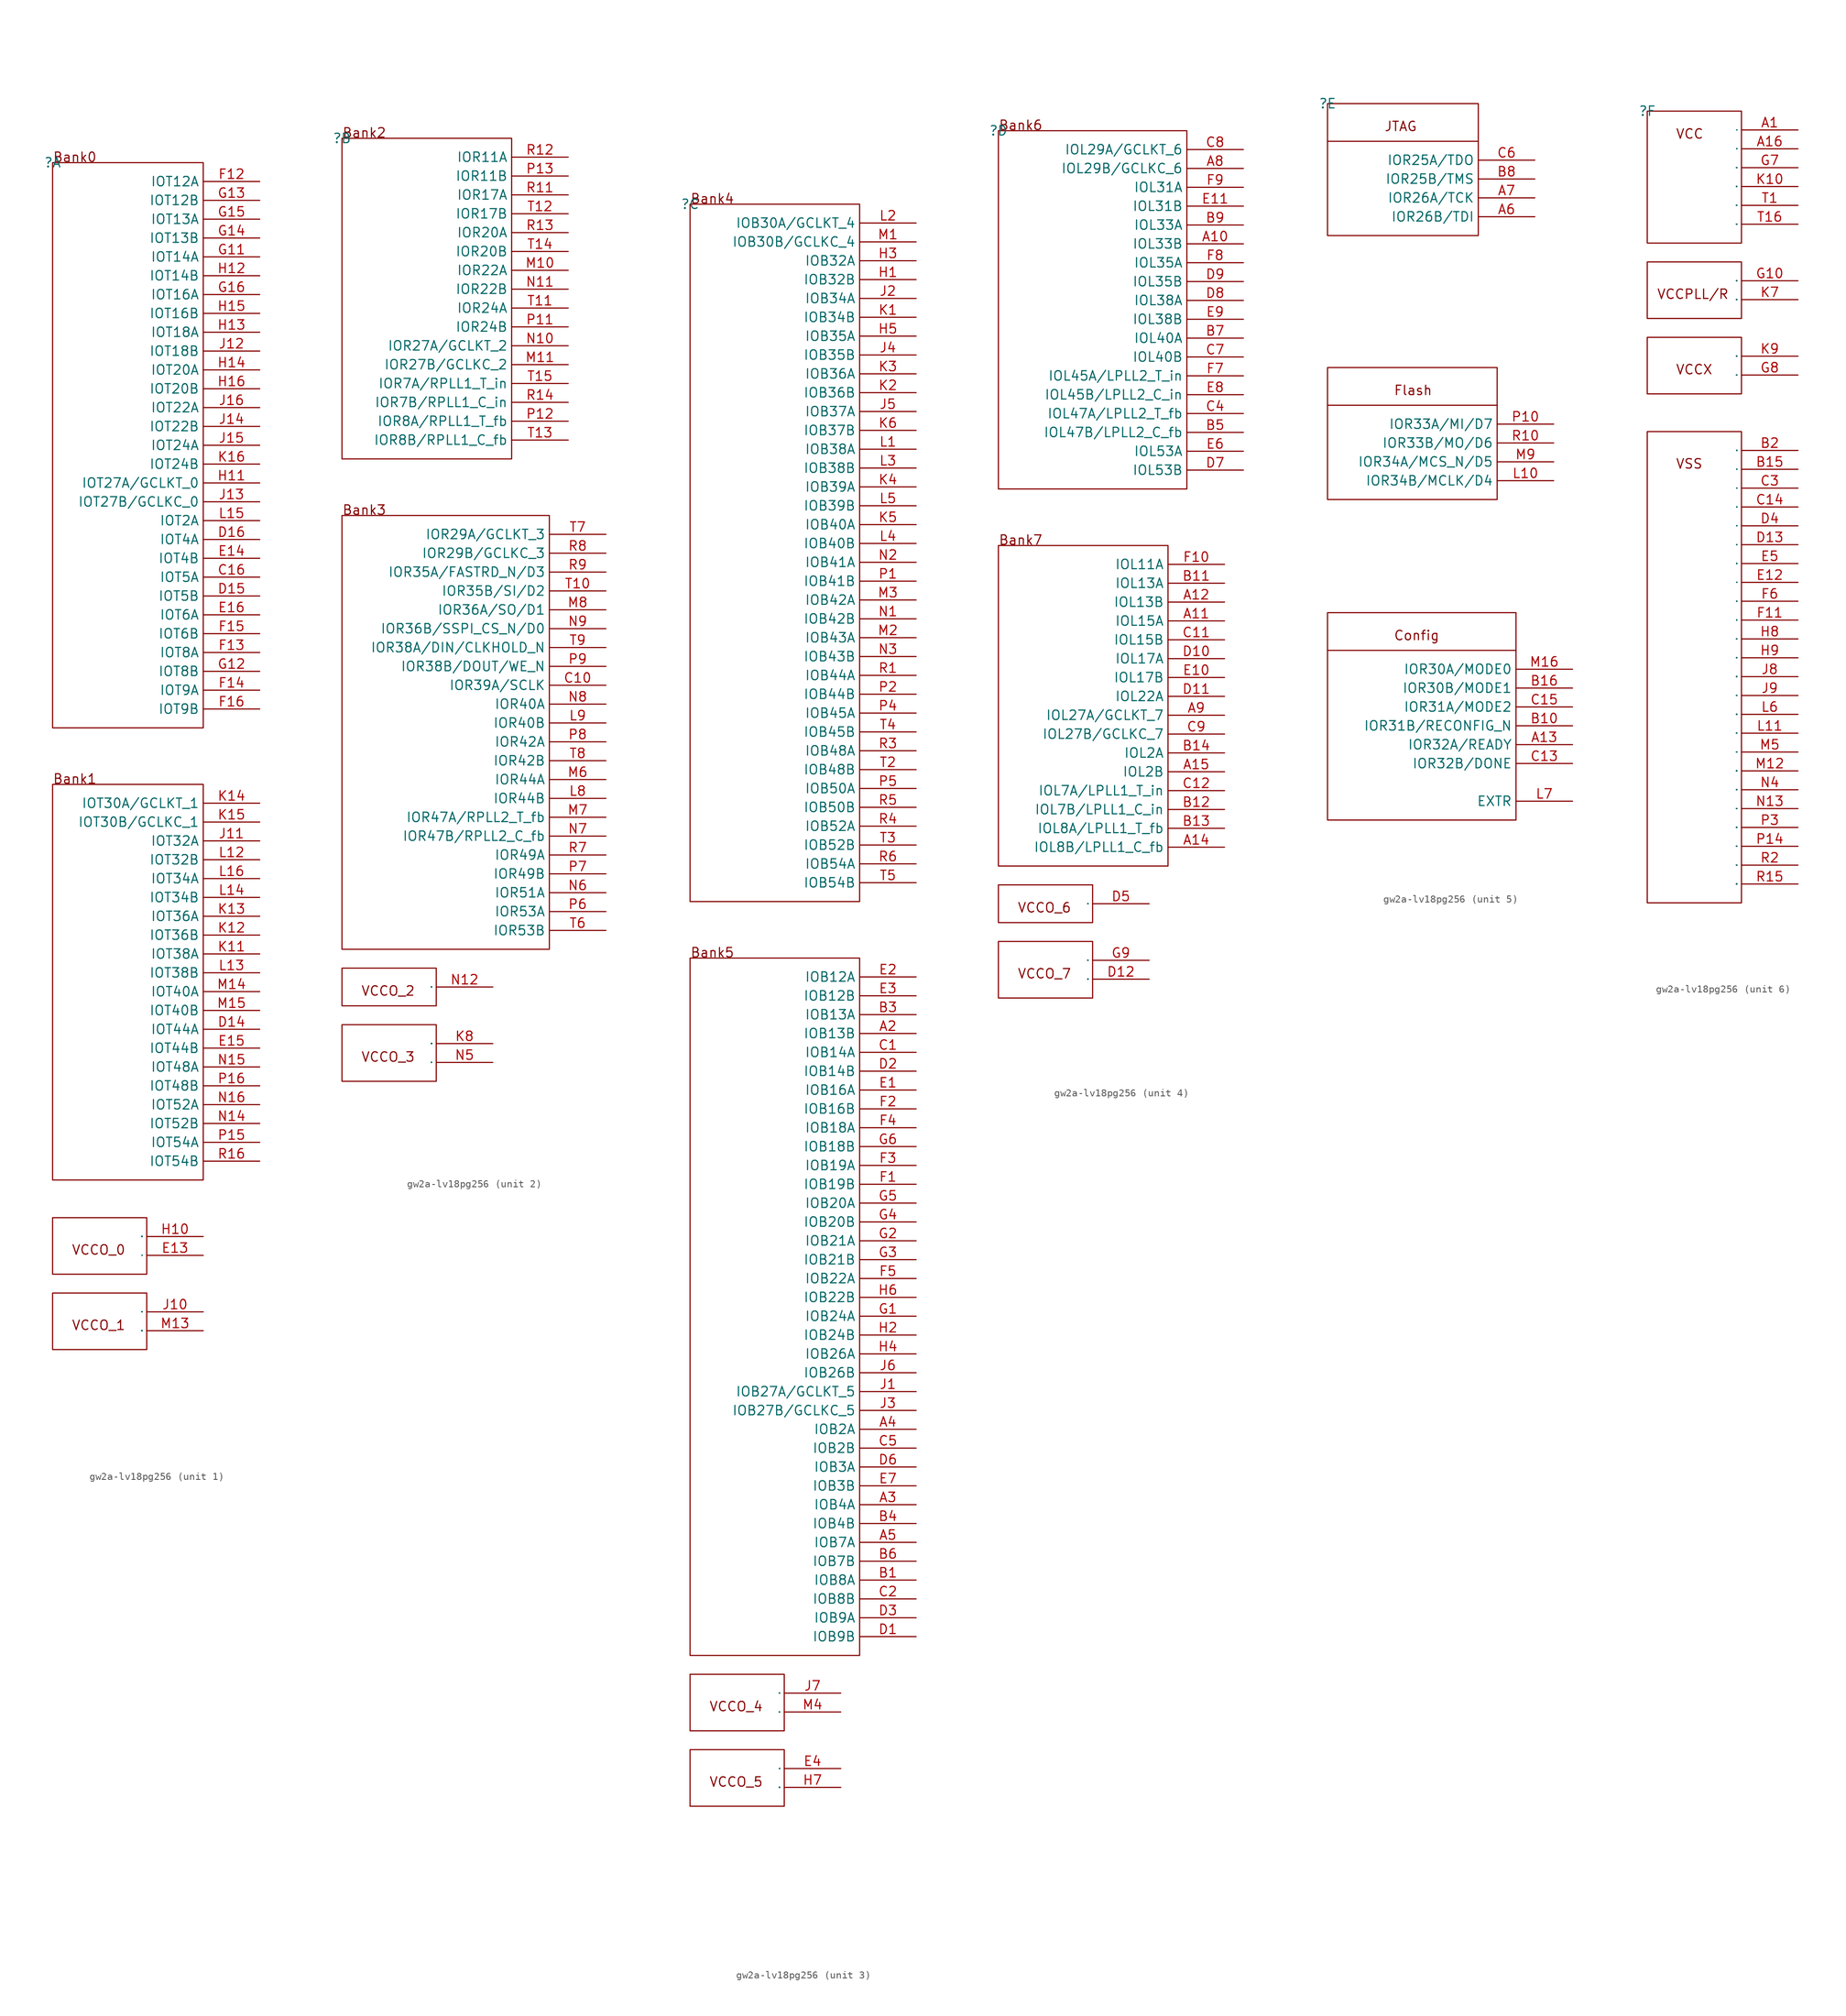
<source format=kicad_sym>
(kicad_symbol_lib
  (version 20241209)
  (generator "kicad_symbol_editor")
  (generator_version "9.0")
  (symbol "gw2a-lv18pg256"
    (property "Reference" ""
      (at 0 0 0)
      (effects (font (size 1.27 1.27))))
    (property "Value" ""
      (at 0 0 0)
      (effects (font (size 1.27 1.27))))
    (symbol "gw2a-lv18pg256_1_0"
      (rectangle (start 0 0) (end 20.32 -76.2) (stroke (width 0) (type default)) (fill (type none)))
      (rectangle (start 0 -83.82) (end 20.32 -137.16) (stroke (width 0) (type default)) (fill (type none)))
      (rectangle (start 0 -142.24) (end 12.7 -149.86) (stroke (width 0) (type default)) (fill (type none)))
      (rectangle (start 0 -152.4) (end 12.7 -160.02) (stroke (width 0) (type default)) (fill (type none)))
      (text "Bank0" (at 0 0 0) (effects (font (size 1.27 1.27)) (justify left bottom)))
      (text "Bank1" (at 0 -83.82 0) (effects (font (size 1.27 1.27)) (justify left bottom)))
      (text "VCCO_0" (at 2.54 -147.32 0) (effects (font (size 1.27 1.27)) (justify left bottom)))
      (text "VCCO_1" (at 2.54 -157.48 0) (effects (font (size 1.27 1.27)) (justify left bottom)))
      (pin input line (at 20.32 -144.78 180) (length 7.62) (name "122" (effects (font (size 0.025 0.025)))) (number "H10" (effects (font (size 1.27 1.27)))))
      (pin input line (at 20.32 -147.32 180) (length 7.62) (name "77" (effects (font (size 0.025 0.025)))) (number "E13" (effects (font (size 1.27 1.27)))))
      (pin input line (at 20.32 -154.94 180) (length 7.62) (name "138" (effects (font (size 0.025 0.025)))) (number "J10" (effects (font (size 1.27 1.27)))))
      (pin input line (at 20.32 -157.48 180) (length 7.62) (name "189" (effects (font (size 0.025 0.025)))) (number "M13" (effects (font (size 1.27 1.27)))))
      (pin input line (at 27.94 -2.54 180) (length 7.62) (name "IOT12A" (effects (font (size 1.27 1.27)))) (number "F12" (effects (font (size 1.27 1.27)))))
      (pin input line (at 27.94 -5.08 180) (length 7.62) (name "IOT12B" (effects (font (size 1.27 1.27)))) (number "G13" (effects (font (size 1.27 1.27)))))
      (pin input line (at 27.94 -7.62 180) (length 7.62) (name "IOT13A" (effects (font (size 1.27 1.27)))) (number "G15" (effects (font (size 1.27 1.27)))))
      (pin input line (at 27.94 -10.16 180) (length 7.62) (name "IOT13B" (effects (font (size 1.27 1.27)))) (number "G14" (effects (font (size 1.27 1.27)))))
      (pin input line (at 27.94 -12.7 180) (length 7.62) (name "IOT14A" (effects (font (size 1.27 1.27)))) (number "G11" (effects (font (size 1.27 1.27)))))
      (pin input line (at 27.94 -15.24 180) (length 7.62) (name "IOT14B" (effects (font (size 1.27 1.27)))) (number "H12" (effects (font (size 1.27 1.27)))))
      (pin input line (at 27.94 -17.78 180) (length 7.62) (name "IOT16A" (effects (font (size 1.27 1.27)))) (number "G16" (effects (font (size 1.27 1.27)))))
      (pin input line (at 27.94 -20.32 180) (length 7.62) (name "IOT16B" (effects (font (size 1.27 1.27)))) (number "H15" (effects (font (size 1.27 1.27)))))
      (pin input line (at 27.94 -22.86 180) (length 7.62) (name "IOT18A" (effects (font (size 1.27 1.27)))) (number "H13" (effects (font (size 1.27 1.27)))))
      (pin input line (at 27.94 -25.4 180) (length 7.62) (name "IOT18B" (effects (font (size 1.27 1.27)))) (number "J12" (effects (font (size 1.27 1.27)))))
      (pin input line (at 27.94 -27.94 180) (length 7.62) (name "IOT20A" (effects (font (size 1.27 1.27)))) (number "H14" (effects (font (size 1.27 1.27)))))
      (pin input line (at 27.94 -30.48 180) (length 7.62) (name "IOT20B" (effects (font (size 1.27 1.27)))) (number "H16" (effects (font (size 1.27 1.27)))))
      (pin input line (at 27.94 -33.02 180) (length 7.62) (name "IOT22A" (effects (font (size 1.27 1.27)))) (number "J16" (effects (font (size 1.27 1.27)))))
      (pin input line (at 27.94 -35.56 180) (length 7.62) (name "IOT22B" (effects (font (size 1.27 1.27)))) (number "J14" (effects (font (size 1.27 1.27)))))
      (pin input line (at 27.94 -38.1 180) (length 7.62) (name "IOT24A" (effects (font (size 1.27 1.27)))) (number "J15" (effects (font (size 1.27 1.27)))))
      (pin input line (at 27.94 -40.64 180) (length 7.62) (name "IOT24B" (effects (font (size 1.27 1.27)))) (number "K16" (effects (font (size 1.27 1.27)))))
      (pin input line (at 27.94 -43.18 180) (length 7.62) (name "IOT27A/GCLKT_0" (effects (font (size 1.27 1.27)))) (number "H11" (effects (font (size 1.27 1.27)))))
      (pin input line (at 27.94 -45.72 180) (length 7.62) (name "IOT27B/GCLKC_0" (effects (font (size 1.27 1.27)))) (number "J13" (effects (font (size 1.27 1.27)))))
      (pin input line (at 27.94 -48.26 180) (length 7.62) (name "IOT2A" (effects (font (size 1.27 1.27)))) (number "L15" (effects (font (size 1.27 1.27)))))
      (pin input line (at 27.94 -50.8 180) (length 7.62) (name "IOT4A" (effects (font (size 1.27 1.27)))) (number "D16" (effects (font (size 1.27 1.27)))))
      (pin input line (at 27.94 -53.34 180) (length 7.62) (name "IOT4B" (effects (font (size 1.27 1.27)))) (number "E14" (effects (font (size 1.27 1.27)))))
      (pin input line (at 27.94 -55.88 180) (length 7.62) (name "IOT5A" (effects (font (size 1.27 1.27)))) (number "C16" (effects (font (size 1.27 1.27)))))
      (pin input line (at 27.94 -58.42 180) (length 7.62) (name "IOT5B" (effects (font (size 1.27 1.27)))) (number "D15" (effects (font (size 1.27 1.27)))))
      (pin input line (at 27.94 -60.96 180) (length 7.62) (name "IOT6A" (effects (font (size 1.27 1.27)))) (number "E16" (effects (font (size 1.27 1.27)))))
      (pin input line (at 27.94 -63.5 180) (length 7.62) (name "IOT6B" (effects (font (size 1.27 1.27)))) (number "F15" (effects (font (size 1.27 1.27)))))
      (pin input line (at 27.94 -66.04 180) (length 7.62) (name "IOT8A" (effects (font (size 1.27 1.27)))) (number "F13" (effects (font (size 1.27 1.27)))))
      (pin input line (at 27.94 -68.58 180) (length 7.62) (name "IOT8B" (effects (font (size 1.27 1.27)))) (number "G12" (effects (font (size 1.27 1.27)))))
      (pin input line (at 27.94 -71.12 180) (length 7.62) (name "IOT9A" (effects (font (size 1.27 1.27)))) (number "F14" (effects (font (size 1.27 1.27)))))
      (pin input line (at 27.94 -73.66 180) (length 7.62) (name "IOT9B" (effects (font (size 1.27 1.27)))) (number "F16" (effects (font (size 1.27 1.27)))))
      (pin input line (at 27.94 -86.36 180) (length 7.62) (name "IOT30A/GCLKT_1" (effects (font (size 1.27 1.27)))) (number "K14" (effects (font (size 1.27 1.27)))))
      (pin input line (at 27.94 -88.9 180) (length 7.62) (name "IOT30B/GCLKC_1" (effects (font (size 1.27 1.27)))) (number "K15" (effects (font (size 1.27 1.27)))))
      (pin input line (at 27.94 -91.44 180) (length 7.62) (name "IOT32A" (effects (font (size 1.27 1.27)))) (number "J11" (effects (font (size 1.27 1.27)))))
      (pin input line (at 27.94 -93.98 180) (length 7.62) (name "IOT32B" (effects (font (size 1.27 1.27)))) (number "L12" (effects (font (size 1.27 1.27)))))
      (pin input line (at 27.94 -96.52 180) (length 7.62) (name "IOT34A" (effects (font (size 1.27 1.27)))) (number "L16" (effects (font (size 1.27 1.27)))))
      (pin input line (at 27.94 -99.06 180) (length 7.62) (name "IOT34B" (effects (font (size 1.27 1.27)))) (number "L14" (effects (font (size 1.27 1.27)))))
      (pin input line (at 27.94 -101.6 180) (length 7.62) (name "IOT36A" (effects (font (size 1.27 1.27)))) (number "K13" (effects (font (size 1.27 1.27)))))
      (pin input line (at 27.94 -104.14 180) (length 7.62) (name "IOT36B" (effects (font (size 1.27 1.27)))) (number "K12" (effects (font (size 1.27 1.27)))))
      (pin input line (at 27.94 -106.68 180) (length 7.62) (name "IOT38A" (effects (font (size 1.27 1.27)))) (number "K11" (effects (font (size 1.27 1.27)))))
      (pin input line (at 27.94 -109.22 180) (length 7.62) (name "IOT38B" (effects (font (size 1.27 1.27)))) (number "L13" (effects (font (size 1.27 1.27)))))
      (pin input line (at 27.94 -111.76 180) (length 7.62) (name "IOT40A" (effects (font (size 1.27 1.27)))) (number "M14" (effects (font (size 1.27 1.27)))))
      (pin input line (at 27.94 -114.3 180) (length 7.62) (name "IOT40B" (effects (font (size 1.27 1.27)))) (number "M15" (effects (font (size 1.27 1.27)))))
      (pin input line (at 27.94 -116.84 180) (length 7.62) (name "IOT44A" (effects (font (size 1.27 1.27)))) (number "D14" (effects (font (size 1.27 1.27)))))
      (pin input line (at 27.94 -119.38 180) (length 7.62) (name "IOT44B" (effects (font (size 1.27 1.27)))) (number "E15" (effects (font (size 1.27 1.27)))))
      (pin input line (at 27.94 -121.92 180) (length 7.62) (name "IOT48A" (effects (font (size 1.27 1.27)))) (number "N15" (effects (font (size 1.27 1.27)))))
      (pin input line (at 27.94 -124.46 180) (length 7.62) (name "IOT48B" (effects (font (size 1.27 1.27)))) (number "P16" (effects (font (size 1.27 1.27)))))
      (pin input line (at 27.94 -127 180) (length 7.62) (name "IOT52A" (effects (font (size 1.27 1.27)))) (number "N16" (effects (font (size 1.27 1.27)))))
      (pin input line (at 27.94 -129.54 180) (length 7.62) (name "IOT52B" (effects (font (size 1.27 1.27)))) (number "N14" (effects (font (size 1.27 1.27)))))
      (pin input line (at 27.94 -132.08 180) (length 7.62) (name "IOT54A" (effects (font (size 1.27 1.27)))) (number "P15" (effects (font (size 1.27 1.27)))))
      (pin input line (at 27.94 -134.62 180) (length 7.62) (name "IOT54B" (effects (font (size 1.27 1.27)))) (number "R16" (effects (font (size 1.27 1.27))))))
    (symbol "gw2a-lv18pg256_2_0"
      (rectangle (start 0 0) (end 22.86 -43.18) (stroke (width 0) (type default)) (fill (type none)))
      (rectangle (start 0 -50.8) (end 27.94 -109.22) (stroke (width 0) (type default)) (fill (type none)))
      (rectangle (start 0 -111.76) (end 12.7 -116.84) (stroke (width 0) (type default)) (fill (type none)))
      (rectangle (start 0 -119.38) (end 12.7 -127) (stroke (width 0) (type default)) (fill (type none)))
      (text "Bank2" (at 0 0 0) (effects (font (size 1.27 1.27)) (justify left bottom)))
      (text "Bank3" (at 0 -50.8 0) (effects (font (size 1.27 1.27)) (justify left bottom)))
      (text "VCCO_2" (at 2.54 -115.57 0) (effects (font (size 1.27 1.27)) (justify left bottom)))
      (text "VCCO_3" (at 2.54 -124.46 0) (effects (font (size 1.27 1.27)) (justify left bottom)))
      (pin input line (at 20.32 -114.3 180) (length 7.62) (name "204" (effects (font (size 0.025 0.025)))) (number "N12" (effects (font (size 1.27 1.27)))))
      (pin input line (at 20.32 -121.92 180) (length 7.62) (name "152" (effects (font (size 0.025 0.025)))) (number "K8" (effects (font (size 1.27 1.27)))))
      (pin input line (at 20.32 -124.46 180) (length 7.62) (name "197" (effects (font (size 0.025 0.025)))) (number "N5" (effects (font (size 1.27 1.27)))))
      (pin input line (at 30.48 -2.54 180) (length 7.62) (name "IOR11A" (effects (font (size 1.27 1.27)))) (number "R12" (effects (font (size 1.27 1.27)))))
      (pin input line (at 30.48 -5.08 180) (length 7.62) (name "IOR11B" (effects (font (size 1.27 1.27)))) (number "P13" (effects (font (size 1.27 1.27)))))
      (pin input line (at 30.48 -7.62 180) (length 7.62) (name "IOR17A" (effects (font (size 1.27 1.27)))) (number "R11" (effects (font (size 1.27 1.27)))))
      (pin input line (at 30.48 -10.16 180) (length 7.62) (name "IOR17B" (effects (font (size 1.27 1.27)))) (number "T12" (effects (font (size 1.27 1.27)))))
      (pin input line (at 30.48 -12.7 180) (length 7.62) (name "IOR20A" (effects (font (size 1.27 1.27)))) (number "R13" (effects (font (size 1.27 1.27)))))
      (pin input line (at 30.48 -15.24 180) (length 7.62) (name "IOR20B" (effects (font (size 1.27 1.27)))) (number "T14" (effects (font (size 1.27 1.27)))))
      (pin input line (at 30.48 -17.78 180) (length 7.62) (name "IOR22A" (effects (font (size 1.27 1.27)))) (number "M10" (effects (font (size 1.27 1.27)))))
      (pin input line (at 30.48 -20.32 180) (length 7.62) (name "IOR22B" (effects (font (size 1.27 1.27)))) (number "N11" (effects (font (size 1.27 1.27)))))
      (pin input line (at 30.48 -22.86 180) (length 7.62) (name "IOR24A" (effects (font (size 1.27 1.27)))) (number "T11" (effects (font (size 1.27 1.27)))))
      (pin input line (at 30.48 -25.4 180) (length 7.62) (name "IOR24B" (effects (font (size 1.27 1.27)))) (number "P11" (effects (font (size 1.27 1.27)))))
      (pin input line (at 30.48 -27.94 180) (length 7.62) (name "IOR27A/GCLKT_2" (effects (font (size 1.27 1.27)))) (number "N10" (effects (font (size 1.27 1.27)))))
      (pin input line (at 30.48 -30.48 180) (length 7.62) (name "IOR27B/GCLKC_2" (effects (font (size 1.27 1.27)))) (number "M11" (effects (font (size 1.27 1.27)))))
      (pin input line (at 30.48 -33.02 180) (length 7.62) (name "IOR7A/RPLL1_T_in" (effects (font (size 1.27 1.27)))) (number "T15" (effects (font (size 1.27 1.27)))))
      (pin input line (at 30.48 -35.56 180) (length 7.62) (name "IOR7B/RPLL1_C_in" (effects (font (size 1.27 1.27)))) (number "R14" (effects (font (size 1.27 1.27)))))
      (pin input line (at 30.48 -38.1 180) (length 7.62) (name "IOR8A/RPLL1_T_fb" (effects (font (size 1.27 1.27)))) (number "P12" (effects (font (size 1.27 1.27)))))
      (pin input line (at 30.48 -40.64 180) (length 7.62) (name "IOR8B/RPLL1_C_fb" (effects (font (size 1.27 1.27)))) (number "T13" (effects (font (size 1.27 1.27)))))
      (pin input line (at 35.56 -53.34 180) (length 7.62) (name "IOR29A/GCLKT_3" (effects (font (size 1.27 1.27)))) (number "T7" (effects (font (size 1.27 1.27)))))
      (pin input line (at 35.56 -55.88 180) (length 7.62) (name "IOR29B/GCLKC_3" (effects (font (size 1.27 1.27)))) (number "R8" (effects (font (size 1.27 1.27)))))
      (pin input line (at 35.56 -58.42 180) (length 7.62) (name "IOR35A/FASTRD_N/D3" (effects (font (size 1.27 1.27)))) (number "R9" (effects (font (size 1.27 1.27)))))
      (pin input line (at 35.56 -60.96 180) (length 7.62) (name "IOR35B/SI/D2" (effects (font (size 1.27 1.27)))) (number "T10" (effects (font (size 1.27 1.27)))))
      (pin input line (at 35.56 -63.5 180) (length 7.62) (name "IOR36A/SO/D1" (effects (font (size 1.27 1.27)))) (number "M8" (effects (font (size 1.27 1.27)))))
      (pin input line (at 35.56 -66.04 180) (length 7.62) (name "IOR36B/SSPI_CS_N/D0" (effects (font (size 1.27 1.27)))) (number "N9" (effects (font (size 1.27 1.27)))))
      (pin input line (at 35.56 -68.58 180) (length 7.62) (name "IOR38A/DIN/CLKHOLD_N" (effects (font (size 1.27 1.27)))) (number "T9" (effects (font (size 1.27 1.27)))))
      (pin input line (at 35.56 -71.12 180) (length 7.62) (name "IOR38B/DOUT/WE_N" (effects (font (size 1.27 1.27)))) (number "P9" (effects (font (size 1.27 1.27)))))
      (pin input line (at 35.56 -73.66 180) (length 7.62) (name "IOR39A/SCLK" (effects (font (size 1.27 1.27)))) (number "C10" (effects (font (size 1.27 1.27)))))
      (pin input line (at 35.56 -76.2 180) (length 7.62) (name "IOR40A" (effects (font (size 1.27 1.27)))) (number "N8" (effects (font (size 1.27 1.27)))))
      (pin input line (at 35.56 -78.74 180) (length 7.62) (name "IOR40B" (effects (font (size 1.27 1.27)))) (number "L9" (effects (font (size 1.27 1.27)))))
      (pin input line (at 35.56 -81.28 180) (length 7.62) (name "IOR42A" (effects (font (size 1.27 1.27)))) (number "P8" (effects (font (size 1.27 1.27)))))
      (pin input line (at 35.56 -83.82 180) (length 7.62) (name "IOR42B" (effects (font (size 1.27 1.27)))) (number "T8" (effects (font (size 1.27 1.27)))))
      (pin input line (at 35.56 -86.36 180) (length 7.62) (name "IOR44A" (effects (font (size 1.27 1.27)))) (number "M6" (effects (font (size 1.27 1.27)))))
      (pin input line (at 35.56 -88.9 180) (length 7.62) (name "IOR44B" (effects (font (size 1.27 1.27)))) (number "L8" (effects (font (size 1.27 1.27)))))
      (pin input line (at 35.56 -91.44 180) (length 7.62) (name "IOR47A/RPLL2_T_fb" (effects (font (size 1.27 1.27)))) (number "M7" (effects (font (size 1.27 1.27)))))
      (pin input line (at 35.56 -93.98 180) (length 7.62) (name "IOR47B/RPLL2_C_fb" (effects (font (size 1.27 1.27)))) (number "N7" (effects (font (size 1.27 1.27)))))
      (pin input line (at 35.56 -96.52 180) (length 7.62) (name "IOR49A" (effects (font (size 1.27 1.27)))) (number "R7" (effects (font (size 1.27 1.27)))))
      (pin input line (at 35.56 -99.06 180) (length 7.62) (name "IOR49B" (effects (font (size 1.27 1.27)))) (number "P7" (effects (font (size 1.27 1.27)))))
      (pin input line (at 35.56 -101.6 180) (length 7.62) (name "IOR51A" (effects (font (size 1.27 1.27)))) (number "N6" (effects (font (size 1.27 1.27)))))
      (pin input line (at 35.56 -104.14 180) (length 7.62) (name "IOR53A" (effects (font (size 1.27 1.27)))) (number "P6" (effects (font (size 1.27 1.27)))))
      (pin input line (at 35.56 -106.68 180) (length 7.62) (name "IOR53B" (effects (font (size 1.27 1.27)))) (number "T6" (effects (font (size 1.27 1.27))))))
    (symbol "gw2a-lv18pg256_3_0"
      (rectangle (start 0 0) (end 22.86 -93.98) (stroke (width 0) (type default)) (fill (type none)))
      (rectangle (start 0 -101.6) (end 22.86 -195.58) (stroke (width 0) (type default)) (fill (type none)))
      (rectangle (start 0 -198.12) (end 12.7 -205.74) (stroke (width 0) (type default)) (fill (type none)))
      (rectangle (start 0 -208.28) (end 12.7 -215.9) (stroke (width 0) (type default)) (fill (type none)))
      (text "Bank4" (at 0 0 0) (effects (font (size 1.27 1.27)) (justify left bottom)))
      (text "Bank5" (at 0 -101.6 0) (effects (font (size 1.27 1.27)) (justify left bottom)))
      (text "VCCO_4" (at 2.54 -203.2 0) (effects (font (size 1.27 1.27)) (justify left bottom)))
      (text "VCCO_5" (at 2.54 -213.36 0) (effects (font (size 1.27 1.27)) (justify left bottom)))
      (pin input line (at 20.32 -200.66 180) (length 7.62) (name "135" (effects (font (size 0.025 0.025)))) (number "J7" (effects (font (size 1.27 1.27)))))
      (pin input line (at 20.32 -203.2 180) (length 7.62) (name "180" (effects (font (size 0.025 0.025)))) (number "M4" (effects (font (size 1.27 1.27)))))
      (pin input line (at 20.32 -210.82 180) (length 7.62) (name "68" (effects (font (size 0.025 0.025)))) (number "E4" (effects (font (size 1.27 1.27)))))
      (pin input line (at 20.32 -213.36 180) (length 7.62) (name "119" (effects (font (size 0.025 0.025)))) (number "H7" (effects (font (size 1.27 1.27)))))
      (pin input line (at 30.48 -2.54 180) (length 7.62) (name "IOB30A/GCLKT_4" (effects (font (size 1.27 1.27)))) (number "L2" (effects (font (size 1.27 1.27)))))
      (pin input line (at 30.48 -5.08 180) (length 7.62) (name "IOB30B/GCLKC_4" (effects (font (size 1.27 1.27)))) (number "M1" (effects (font (size 1.27 1.27)))))
      (pin input line (at 30.48 -7.62 180) (length 7.62) (name "IOB32A" (effects (font (size 1.27 1.27)))) (number "H3" (effects (font (size 1.27 1.27)))))
      (pin input line (at 30.48 -10.16 180) (length 7.62) (name "IOB32B" (effects (font (size 1.27 1.27)))) (number "H1" (effects (font (size 1.27 1.27)))))
      (pin input line (at 30.48 -12.7 180) (length 7.62) (name "IOB34A" (effects (font (size 1.27 1.27)))) (number "J2" (effects (font (size 1.27 1.27)))))
      (pin input line (at 30.48 -15.24 180) (length 7.62) (name "IOB34B" (effects (font (size 1.27 1.27)))) (number "K1" (effects (font (size 1.27 1.27)))))
      (pin input line (at 30.48 -17.78 180) (length 7.62) (name "IOB35A" (effects (font (size 1.27 1.27)))) (number "H5" (effects (font (size 1.27 1.27)))))
      (pin input line (at 30.48 -20.32 180) (length 7.62) (name "IOB35B" (effects (font (size 1.27 1.27)))) (number "J4" (effects (font (size 1.27 1.27)))))
      (pin input line (at 30.48 -22.86 180) (length 7.62) (name "IOB36A" (effects (font (size 1.27 1.27)))) (number "K3" (effects (font (size 1.27 1.27)))))
      (pin input line (at 30.48 -25.4 180) (length 7.62) (name "IOB36B" (effects (font (size 1.27 1.27)))) (number "K2" (effects (font (size 1.27 1.27)))))
      (pin input line (at 30.48 -27.94 180) (length 7.62) (name "IOB37A" (effects (font (size 1.27 1.27)))) (number "J5" (effects (font (size 1.27 1.27)))))
      (pin input line (at 30.48 -30.48 180) (length 7.62) (name "IOB37B" (effects (font (size 1.27 1.27)))) (number "K6" (effects (font (size 1.27 1.27)))))
      (pin input line (at 30.48 -33.02 180) (length 7.62) (name "IOB38A" (effects (font (size 1.27 1.27)))) (number "L1" (effects (font (size 1.27 1.27)))))
      (pin input line (at 30.48 -35.56 180) (length 7.62) (name "IOB38B" (effects (font (size 1.27 1.27)))) (number "L3" (effects (font (size 1.27 1.27)))))
      (pin input line (at 30.48 -38.1 180) (length 7.62) (name "IOB39A" (effects (font (size 1.27 1.27)))) (number "K4" (effects (font (size 1.27 1.27)))))
      (pin input line (at 30.48 -40.64 180) (length 7.62) (name "IOB39B" (effects (font (size 1.27 1.27)))) (number "L5" (effects (font (size 1.27 1.27)))))
      (pin input line (at 30.48 -43.18 180) (length 7.62) (name "IOB40A" (effects (font (size 1.27 1.27)))) (number "K5" (effects (font (size 1.27 1.27)))))
      (pin input line (at 30.48 -45.72 180) (length 7.62) (name "IOB40B" (effects (font (size 1.27 1.27)))) (number "L4" (effects (font (size 1.27 1.27)))))
      (pin input line (at 30.48 -48.26 180) (length 7.62) (name "IOB41A" (effects (font (size 1.27 1.27)))) (number "N2" (effects (font (size 1.27 1.27)))))
      (pin input line (at 30.48 -50.8 180) (length 7.62) (name "IOB41B" (effects (font (size 1.27 1.27)))) (number "P1" (effects (font (size 1.27 1.27)))))
      (pin input line (at 30.48 -53.34 180) (length 7.62) (name "IOB42A" (effects (font (size 1.27 1.27)))) (number "M3" (effects (font (size 1.27 1.27)))))
      (pin input line (at 30.48 -55.88 180) (length 7.62) (name "IOB42B" (effects (font (size 1.27 1.27)))) (number "N1" (effects (font (size 1.27 1.27)))))
      (pin input line (at 30.48 -58.42 180) (length 7.62) (name "IOB43A" (effects (font (size 1.27 1.27)))) (number "M2" (effects (font (size 1.27 1.27)))))
      (pin input line (at 30.48 -60.96 180) (length 7.62) (name "IOB43B" (effects (font (size 1.27 1.27)))) (number "N3" (effects (font (size 1.27 1.27)))))
      (pin input line (at 30.48 -63.5 180) (length 7.62) (name "IOB44A" (effects (font (size 1.27 1.27)))) (number "R1" (effects (font (size 1.27 1.27)))))
      (pin input line (at 30.48 -66.04 180) (length 7.62) (name "IOB44B" (effects (font (size 1.27 1.27)))) (number "P2" (effects (font (size 1.27 1.27)))))
      (pin input line (at 30.48 -68.58 180) (length 7.62) (name "IOB45A" (effects (font (size 1.27 1.27)))) (number "P4" (effects (font (size 1.27 1.27)))))
      (pin input line (at 30.48 -71.12 180) (length 7.62) (name "IOB45B" (effects (font (size 1.27 1.27)))) (number "T4" (effects (font (size 1.27 1.27)))))
      (pin input line (at 30.48 -73.66 180) (length 7.62) (name "IOB48A" (effects (font (size 1.27 1.27)))) (number "R3" (effects (font (size 1.27 1.27)))))
      (pin input line (at 30.48 -76.2 180) (length 7.62) (name "IOB48B" (effects (font (size 1.27 1.27)))) (number "T2" (effects (font (size 1.27 1.27)))))
      (pin input line (at 30.48 -78.74 180) (length 7.62) (name "IOB50A" (effects (font (size 1.27 1.27)))) (number "P5" (effects (font (size 1.27 1.27)))))
      (pin input line (at 30.48 -81.28 180) (length 7.62) (name "IOB50B" (effects (font (size 1.27 1.27)))) (number "R5" (effects (font (size 1.27 1.27)))))
      (pin input line (at 30.48 -83.82 180) (length 7.62) (name "IOB52A" (effects (font (size 1.27 1.27)))) (number "R4" (effects (font (size 1.27 1.27)))))
      (pin input line (at 30.48 -86.36 180) (length 7.62) (name "IOB52B" (effects (font (size 1.27 1.27)))) (number "T3" (effects (font (size 1.27 1.27)))))
      (pin input line (at 30.48 -88.9 180) (length 7.62) (name "IOB54A" (effects (font (size 1.27 1.27)))) (number "R6" (effects (font (size 1.27 1.27)))))
      (pin input line (at 30.48 -91.44 180) (length 7.62) (name "IOB54B" (effects (font (size 1.27 1.27)))) (number "T5" (effects (font (size 1.27 1.27)))))
      (pin input line (at 30.48 -104.14 180) (length 7.62) (name "IOB12A" (effects (font (size 1.27 1.27)))) (number "E2" (effects (font (size 1.27 1.27)))))
      (pin input line (at 30.48 -106.68 180) (length 7.62) (name "IOB12B" (effects (font (size 1.27 1.27)))) (number "E3" (effects (font (size 1.27 1.27)))))
      (pin input line (at 30.48 -109.22 180) (length 7.62) (name "IOB13A" (effects (font (size 1.27 1.27)))) (number "B3" (effects (font (size 1.27 1.27)))))
      (pin input line (at 30.48 -111.76 180) (length 7.62) (name "IOB13B" (effects (font (size 1.27 1.27)))) (number "A2" (effects (font (size 1.27 1.27)))))
      (pin input line (at 30.48 -114.3 180) (length 7.62) (name "IOB14A" (effects (font (size 1.27 1.27)))) (number "C1" (effects (font (size 1.27 1.27)))))
      (pin input line (at 30.48 -116.84 180) (length 7.62) (name "IOB14B" (effects (font (size 1.27 1.27)))) (number "D2" (effects (font (size 1.27 1.27)))))
      (pin input line (at 30.48 -119.38 180) (length 7.62) (name "IOB16A" (effects (font (size 1.27 1.27)))) (number "E1" (effects (font (size 1.27 1.27)))))
      (pin input line (at 30.48 -121.92 180) (length 7.62) (name "IOB16B" (effects (font (size 1.27 1.27)))) (number "F2" (effects (font (size 1.27 1.27)))))
      (pin input line (at 30.48 -124.46 180) (length 7.62) (name "IOB18A" (effects (font (size 1.27 1.27)))) (number "F4" (effects (font (size 1.27 1.27)))))
      (pin input line (at 30.48 -127 180) (length 7.62) (name "IOB18B" (effects (font (size 1.27 1.27)))) (number "G6" (effects (font (size 1.27 1.27)))))
      (pin input line (at 30.48 -129.54 180) (length 7.62) (name "IOB19A" (effects (font (size 1.27 1.27)))) (number "F3" (effects (font (size 1.27 1.27)))))
      (pin input line (at 30.48 -132.08 180) (length 7.62) (name "IOB19B" (effects (font (size 1.27 1.27)))) (number "F1" (effects (font (size 1.27 1.27)))))
      (pin input line (at 30.48 -134.62 180) (length 7.62) (name "IOB20A" (effects (font (size 1.27 1.27)))) (number "G5" (effects (font (size 1.27 1.27)))))
      (pin input line (at 30.48 -137.16 180) (length 7.62) (name "IOB20B" (effects (font (size 1.27 1.27)))) (number "G4" (effects (font (size 1.27 1.27)))))
      (pin input line (at 30.48 -139.7 180) (length 7.62) (name "IOB21A" (effects (font (size 1.27 1.27)))) (number "G2" (effects (font (size 1.27 1.27)))))
      (pin input line (at 30.48 -142.24 180) (length 7.62) (name "IOB21B" (effects (font (size 1.27 1.27)))) (number "G3" (effects (font (size 1.27 1.27)))))
      (pin input line (at 30.48 -144.78 180) (length 7.62) (name "IOB22A" (effects (font (size 1.27 1.27)))) (number "F5" (effects (font (size 1.27 1.27)))))
      (pin input line (at 30.48 -147.32 180) (length 7.62) (name "IOB22B" (effects (font (size 1.27 1.27)))) (number "H6" (effects (font (size 1.27 1.27)))))
      (pin input line (at 30.48 -149.86 180) (length 7.62) (name "IOB24A" (effects (font (size 1.27 1.27)))) (number "G1" (effects (font (size 1.27 1.27)))))
      (pin input line (at 30.48 -152.4 180) (length 7.62) (name "IOB24B" (effects (font (size 1.27 1.27)))) (number "H2" (effects (font (size 1.27 1.27)))))
      (pin input line (at 30.48 -154.94 180) (length 7.62) (name "IOB26A" (effects (font (size 1.27 1.27)))) (number "H4" (effects (font (size 1.27 1.27)))))
      (pin input line (at 30.48 -157.48 180) (length 7.62) (name "IOB26B" (effects (font (size 1.27 1.27)))) (number "J6" (effects (font (size 1.27 1.27)))))
      (pin input line (at 30.48 -160.02 180) (length 7.62) (name "IOB27A/GCLKT_5" (effects (font (size 1.27 1.27)))) (number "J1" (effects (font (size 1.27 1.27)))))
      (pin input line (at 30.48 -162.56 180) (length 7.62) (name "IOB27B/GCLKC_5" (effects (font (size 1.27 1.27)))) (number "J3" (effects (font (size 1.27 1.27)))))
      (pin input line (at 30.48 -165.1 180) (length 7.62) (name "IOB2A" (effects (font (size 1.27 1.27)))) (number "A4" (effects (font (size 1.27 1.27)))))
      (pin input line (at 30.48 -167.64 180) (length 7.62) (name "IOB2B" (effects (font (size 1.27 1.27)))) (number "C5" (effects (font (size 1.27 1.27)))))
      (pin input line (at 30.48 -170.18 180) (length 7.62) (name "IOB3A" (effects (font (size 1.27 1.27)))) (number "D6" (effects (font (size 1.27 1.27)))))
      (pin input line (at 30.48 -172.72 180) (length 7.62) (name "IOB3B" (effects (font (size 1.27 1.27)))) (number "E7" (effects (font (size 1.27 1.27)))))
      (pin input line (at 30.48 -175.26 180) (length 7.62) (name "IOB4A" (effects (font (size 1.27 1.27)))) (number "A3" (effects (font (size 1.27 1.27)))))
      (pin input line (at 30.48 -177.8 180) (length 7.62) (name "IOB4B" (effects (font (size 1.27 1.27)))) (number "B4" (effects (font (size 1.27 1.27)))))
      (pin input line (at 30.48 -180.34 180) (length 7.62) (name "IOB7A" (effects (font (size 1.27 1.27)))) (number "A5" (effects (font (size 1.27 1.27)))))
      (pin input line (at 30.48 -182.88 180) (length 7.62) (name "IOB7B" (effects (font (size 1.27 1.27)))) (number "B6" (effects (font (size 1.27 1.27)))))
      (pin input line (at 30.48 -185.42 180) (length 7.62) (name "IOB8A" (effects (font (size 1.27 1.27)))) (number "B1" (effects (font (size 1.27 1.27)))))
      (pin input line (at 30.48 -187.96 180) (length 7.62) (name "IOB8B" (effects (font (size 1.27 1.27)))) (number "C2" (effects (font (size 1.27 1.27)))))
      (pin input line (at 30.48 -190.5 180) (length 7.62) (name "IOB9A" (effects (font (size 1.27 1.27)))) (number "D3" (effects (font (size 1.27 1.27)))))
      (pin input line (at 30.48 -193.04 180) (length 7.62) (name "IOB9B" (effects (font (size 1.27 1.27)))) (number "D1" (effects (font (size 1.27 1.27))))))
    (symbol "gw2a-lv18pg256_4_0"
      (rectangle (start 0 0) (end 25.4 -48.26) (stroke (width 0) (type default)) (fill (type none)))
      (rectangle (start 0 -55.88) (end 22.86 -99.06) (stroke (width 0) (type default)) (fill (type none)))
      (rectangle (start 0 -101.6) (end 12.7 -106.68) (stroke (width 0) (type default)) (fill (type none)))
      (rectangle (start 0 -109.22) (end 12.7 -116.84) (stroke (width 0) (type default)) (fill (type none)))
      (text "Bank6" (at 0 0 0) (effects (font (size 1.27 1.27)) (justify left bottom)))
      (text "Bank7" (at 0 -55.88 0) (effects (font (size 1.27 1.27)) (justify left bottom)))
      (text "VCCO_6" (at 2.54 -105.41 0) (effects (font (size 1.27 1.27)) (justify left bottom)))
      (text "VCCO_7" (at 2.54 -114.3 0) (effects (font (size 1.27 1.27)) (justify left bottom)))
      (pin input line (at 20.32 -104.14 180) (length 7.62) (name "53" (effects (font (size 0.025 0.025)))) (number "D5" (effects (font (size 1.27 1.27)))))
      (pin input line (at 20.32 -111.76 180) (length 7.62) (name "105" (effects (font (size 0.025 0.025)))) (number "G9" (effects (font (size 1.27 1.27)))))
      (pin input line (at 20.32 -114.3 180) (length 7.62) (name "60" (effects (font (size 0.025 0.025)))) (number "D12" (effects (font (size 1.27 1.27)))))
      (pin input line (at 30.48 -58.42 180) (length 7.62) (name "IOL11A" (effects (font (size 1.27 1.27)))) (number "F10" (effects (font (size 1.27 1.27)))))
      (pin input line (at 30.48 -60.96 180) (length 7.62) (name "IOL13A" (effects (font (size 1.27 1.27)))) (number "B11" (effects (font (size 1.27 1.27)))))
      (pin input line (at 30.48 -63.5 180) (length 7.62) (name "IOL13B" (effects (font (size 1.27 1.27)))) (number "A12" (effects (font (size 1.27 1.27)))))
      (pin input line (at 30.48 -66.04 180) (length 7.62) (name "IOL15A" (effects (font (size 1.27 1.27)))) (number "A11" (effects (font (size 1.27 1.27)))))
      (pin input line (at 30.48 -68.58 180) (length 7.62) (name "IOL15B" (effects (font (size 1.27 1.27)))) (number "C11" (effects (font (size 1.27 1.27)))))
      (pin input line (at 30.48 -71.12 180) (length 7.62) (name "IOL17A" (effects (font (size 1.27 1.27)))) (number "D10" (effects (font (size 1.27 1.27)))))
      (pin input line (at 30.48 -73.66 180) (length 7.62) (name "IOL17B" (effects (font (size 1.27 1.27)))) (number "E10" (effects (font (size 1.27 1.27)))))
      (pin input line (at 30.48 -76.2 180) (length 7.62) (name "IOL22A" (effects (font (size 1.27 1.27)))) (number "D11" (effects (font (size 1.27 1.27)))))
      (pin input line (at 30.48 -78.74 180) (length 7.62) (name "IOL27A/GCLKT_7" (effects (font (size 1.27 1.27)))) (number "A9" (effects (font (size 1.27 1.27)))))
      (pin input line (at 30.48 -81.28 180) (length 7.62) (name "IOL27B/GCLKC_7" (effects (font (size 1.27 1.27)))) (number "C9" (effects (font (size 1.27 1.27)))))
      (pin input line (at 30.48 -83.82 180) (length 7.62) (name "IOL2A" (effects (font (size 1.27 1.27)))) (number "B14" (effects (font (size 1.27 1.27)))))
      (pin input line (at 30.48 -86.36 180) (length 7.62) (name "IOL2B" (effects (font (size 1.27 1.27)))) (number "A15" (effects (font (size 1.27 1.27)))))
      (pin input line (at 30.48 -88.9 180) (length 7.62) (name "IOL7A/LPLL1_T_in" (effects (font (size 1.27 1.27)))) (number "C12" (effects (font (size 1.27 1.27)))))
      (pin input line (at 30.48 -91.44 180) (length 7.62) (name "IOL7B/LPLL1_C_in" (effects (font (size 1.27 1.27)))) (number "B12" (effects (font (size 1.27 1.27)))))
      (pin input line (at 30.48 -93.98 180) (length 7.62) (name "IOL8A/LPLL1_T_fb" (effects (font (size 1.27 1.27)))) (number "B13" (effects (font (size 1.27 1.27)))))
      (pin input line (at 30.48 -96.52 180) (length 7.62) (name "IOL8B/LPLL1_C_fb" (effects (font (size 1.27 1.27)))) (number "A14" (effects (font (size 1.27 1.27)))))
      (pin input line (at 33.02 -2.54 180) (length 7.62) (name "IOL29A/GCLKT_6" (effects (font (size 1.27 1.27)))) (number "C8" (effects (font (size 1.27 1.27)))))
      (pin input line (at 33.02 -5.08 180) (length 7.62) (name "IOL29B/GCLKC_6" (effects (font (size 1.27 1.27)))) (number "A8" (effects (font (size 1.27 1.27)))))
      (pin input line (at 33.02 -7.62 180) (length 7.62) (name "IOL31A" (effects (font (size 1.27 1.27)))) (number "F9" (effects (font (size 1.27 1.27)))))
      (pin input line (at 33.02 -10.16 180) (length 7.62) (name "IOL31B" (effects (font (size 1.27 1.27)))) (number "E11" (effects (font (size 1.27 1.27)))))
      (pin input line (at 33.02 -12.7 180) (length 7.62) (name "IOL33A" (effects (font (size 1.27 1.27)))) (number "B9" (effects (font (size 1.27 1.27)))))
      (pin input line (at 33.02 -15.24 180) (length 7.62) (name "IOL33B" (effects (font (size 1.27 1.27)))) (number "A10" (effects (font (size 1.27 1.27)))))
      (pin input line (at 33.02 -17.78 180) (length 7.62) (name "IOL35A" (effects (font (size 1.27 1.27)))) (number "F8" (effects (font (size 1.27 1.27)))))
      (pin input line (at 33.02 -20.32 180) (length 7.62) (name "IOL35B" (effects (font (size 1.27 1.27)))) (number "D9" (effects (font (size 1.27 1.27)))))
      (pin input line (at 33.02 -22.86 180) (length 7.62) (name "IOL38A" (effects (font (size 1.27 1.27)))) (number "D8" (effects (font (size 1.27 1.27)))))
      (pin input line (at 33.02 -25.4 180) (length 7.62) (name "IOL38B" (effects (font (size 1.27 1.27)))) (number "E9" (effects (font (size 1.27 1.27)))))
      (pin input line (at 33.02 -27.94 180) (length 7.62) (name "IOL40A" (effects (font (size 1.27 1.27)))) (number "B7" (effects (font (size 1.27 1.27)))))
      (pin input line (at 33.02 -30.48 180) (length 7.62) (name "IOL40B" (effects (font (size 1.27 1.27)))) (number "C7" (effects (font (size 1.27 1.27)))))
      (pin input line (at 33.02 -33.02 180) (length 7.62) (name "IOL45A/LPLL2_T_in" (effects (font (size 1.27 1.27)))) (number "F7" (effects (font (size 1.27 1.27)))))
      (pin input line (at 33.02 -35.56 180) (length 7.62) (name "IOL45B/LPLL2_C_in" (effects (font (size 1.27 1.27)))) (number "E8" (effects (font (size 1.27 1.27)))))
      (pin input line (at 33.02 -38.1 180) (length 7.62) (name "IOL47A/LPLL2_T_fb" (effects (font (size 1.27 1.27)))) (number "C4" (effects (font (size 1.27 1.27)))))
      (pin input line (at 33.02 -40.64 180) (length 7.62) (name "IOL47B/LPLL2_C_fb" (effects (font (size 1.27 1.27)))) (number "B5" (effects (font (size 1.27 1.27)))))
      (pin input line (at 33.02 -43.18 180) (length 7.62) (name "IOL53A" (effects (font (size 1.27 1.27)))) (number "E6" (effects (font (size 1.27 1.27)))))
      (pin input line (at 33.02 -45.72 180) (length 7.62) (name "IOL53B" (effects (font (size 1.27 1.27)))) (number "D7" (effects (font (size 1.27 1.27))))))
    (symbol "gw2a-lv18pg256_5_0"
      (rectangle (start 0 0) (end 20.32 -17.78) (stroke (width 0) (type default)) (fill (type none)))
      (rectangle (start 0 -35.56) (end 22.86 -53.34) (stroke (width 0) (type default)) (fill (type none)))
      (rectangle (start 0 -68.58) (end 25.4 -96.52) (stroke (width 0) (type default)) (fill (type none)))
      (polyline (pts (xy 20.32 -5.08) (xy 0 -5.08)) (stroke (width 0) (type default)) (fill (type none)))
      (polyline (pts (xy 22.86 -40.64) (xy 0 -40.64)) (stroke (width 0) (type default)) (fill (type none)))
      (polyline (pts (xy 25.4 -73.66) (xy 0 -73.66)) (stroke (width 0) (type default)) (fill (type none)))
      (text "JTAG" (at 7.62 -3.81 0) (effects (font (size 1.27 1.27)) (justify left bottom)))
      (text "Flash" (at 8.89 -39.37 0) (effects (font (size 1.27 1.27)) (justify left bottom)))
      (text "Config" (at 8.89 -72.39 0) (effects (font (size 1.27 1.27)) (justify left bottom)))
      (pin input line (at 27.94 -7.62 180) (length 7.62) (name "IOR25A/TDO" (effects (font (size 1.27 1.27)))) (number "C6" (effects (font (size 1.27 1.27)))))
      (pin input line (at 27.94 -10.16 180) (length 7.62) (name "IOR25B/TMS" (effects (font (size 1.27 1.27)))) (number "B8" (effects (font (size 1.27 1.27)))))
      (pin input line (at 27.94 -12.7 180) (length 7.62) (name "IOR26A/TCK" (effects (font (size 1.27 1.27)))) (number "A7" (effects (font (size 1.27 1.27)))))
      (pin input line (at 27.94 -15.24 180) (length 7.62) (name "IOR26B/TDI" (effects (font (size 1.27 1.27)))) (number "A6" (effects (font (size 1.27 1.27)))))
      (pin input line (at 30.48 -43.18 180) (length 7.62) (name "IOR33A/MI/D7" (effects (font (size 1.27 1.27)))) (number "P10" (effects (font (size 1.27 1.27)))))
      (pin input line (at 30.48 -45.72 180) (length 7.62) (name "IOR33B/MO/D6" (effects (font (size 1.27 1.27)))) (number "R10" (effects (font (size 1.27 1.27)))))
      (pin input line (at 30.48 -48.26 180) (length 7.62) (name "IOR34A/MCS_N/D5" (effects (font (size 1.27 1.27)))) (number "M9" (effects (font (size 1.27 1.27)))))
      (pin input line (at 30.48 -50.8 180) (length 7.62) (name "IOR34B/MCLK/D4" (effects (font (size 1.27 1.27)))) (number "L10" (effects (font (size 1.27 1.27)))))
      (pin input line (at 33.02 -76.2 180) (length 7.62) (name "IOR30A/MODE0" (effects (font (size 1.27 1.27)))) (number "M16" (effects (font (size 1.27 1.27)))))
      (pin input line (at 33.02 -78.74 180) (length 7.62) (name "IOR30B/MODE1" (effects (font (size 1.27 1.27)))) (number "B16" (effects (font (size 1.27 1.27)))))
      (pin input line (at 33.02 -81.28 180) (length 7.62) (name "IOR31A/MODE2" (effects (font (size 1.27 1.27)))) (number "C15" (effects (font (size 1.27 1.27)))))
      (pin input line (at 33.02 -83.82 180) (length 7.62) (name "IOR31B/RECONFIG_N" (effects (font (size 1.27 1.27)))) (number "B10" (effects (font (size 1.27 1.27)))))
      (pin input line (at 33.02 -86.36 180) (length 7.62) (name "IOR32A/READY" (effects (font (size 1.27 1.27)))) (number "A13" (effects (font (size 1.27 1.27)))))
      (pin input line (at 33.02 -88.9 180) (length 7.62) (name "IOR32B/DONE" (effects (font (size 1.27 1.27)))) (number "C13" (effects (font (size 1.27 1.27)))))
      (pin input line (at 33.02 -93.98 180) (length 7.62) (name "EXTR" (effects (font (size 1.27 1.27)))) (number "L7" (effects (font (size 1.27 1.27))))))
    (symbol "gw2a-lv18pg256_6_0"
      (rectangle (start 0 0) (end 12.7 -17.78) (stroke (width 0) (type default)) (fill (type none)))
      (rectangle (start 0 -20.32) (end 12.7 -27.94) (stroke (width 0) (type default)) (fill (type none)))
      (rectangle (start 0 -30.48) (end 12.7 -38.1) (stroke (width 0) (type default)) (fill (type none)))
      (rectangle (start 0 -43.18) (end 12.7 -106.68) (stroke (width 0) (type default)) (fill (type none)))
      (text "VCCPLL/R" (at 1.27 -25.4 0) (effects (font (size 1.27 1.27)) (justify left bottom)))
      (text "VCC" (at 3.81 -3.81 0) (effects (font (size 1.27 1.27)) (justify left bottom)))
      (text "VCCX" (at 3.81 -35.56 0) (effects (font (size 1.27 1.27)) (justify left bottom)))
      (text "VSS" (at 3.81 -48.26 0) (effects (font (size 1.27 1.27)) (justify left bottom)))
      (pin input line (at 20.32 -2.54 180) (length 7.62) (name "1" (effects (font (size 0.025 0.025)))) (number "A1" (effects (font (size 1.27 1.27)))))
      (pin input line (at 20.32 -5.08 180) (length 7.62) (name "16" (effects (font (size 0.025 0.025)))) (number "A16" (effects (font (size 1.27 1.27)))))
      (pin input line (at 20.32 -7.62 180) (length 7.62) (name "103" (effects (font (size 0.025 0.025)))) (number "G7" (effects (font (size 1.27 1.27)))))
      (pin input line (at 20.32 -10.16 180) (length 7.62) (name "154" (effects (font (size 0.025 0.025)))) (number "K10" (effects (font (size 1.27 1.27)))))
      (pin input line (at 20.32 -12.7 180) (length 7.62) (name "241" (effects (font (size 0.025 0.025)))) (number "T1" (effects (font (size 1.27 1.27)))))
      (pin input line (at 20.32 -15.24 180) (length 7.62) (name "256" (effects (font (size 0.025 0.025)))) (number "T16" (effects (font (size 1.27 1.27)))))
      (pin input line (at 20.32 -22.86 180) (length 7.62) (name "106" (effects (font (size 0.025 0.025)))) (number "G10" (effects (font (size 1.27 1.27)))))
      (pin input line (at 20.32 -25.4 180) (length 7.62) (name "151" (effects (font (size 0.025 0.025)))) (number "K7" (effects (font (size 1.27 1.27)))))
      (pin input line (at 20.32 -33.02 180) (length 7.62) (name "153" (effects (font (size 0.025 0.025)))) (number "K9" (effects (font (size 1.27 1.27)))))
      (pin input line (at 20.32 -35.56 180) (length 7.62) (name "104" (effects (font (size 0.025 0.025)))) (number "G8" (effects (font (size 1.27 1.27)))))
      (pin input line (at 20.32 -45.72 180) (length 7.62) (name "18" (effects (font (size 0.025 0.025)))) (number "B2" (effects (font (size 1.27 1.27)))))
      (pin input line (at 20.32 -48.26 180) (length 7.62) (name "31" (effects (font (size 0.025 0.025)))) (number "B15" (effects (font (size 1.27 1.27)))))
      (pin input line (at 20.32 -50.8 180) (length 7.62) (name "35" (effects (font (size 0.025 0.025)))) (number "C3" (effects (font (size 1.27 1.27)))))
      (pin input line (at 20.32 -53.34 180) (length 7.62) (name "46" (effects (font (size 0.025 0.025)))) (number "C14" (effects (font (size 1.27 1.27)))))
      (pin input line (at 20.32 -55.88 180) (length 7.62) (name "52" (effects (font (size 0.025 0.025)))) (number "D4" (effects (font (size 1.27 1.27)))))
      (pin input line (at 20.32 -58.42 180) (length 7.62) (name "61" (effects (font (size 0.025 0.025)))) (number "D13" (effects (font (size 1.27 1.27)))))
      (pin input line (at 20.32 -60.96 180) (length 7.62) (name "69" (effects (font (size 0.025 0.025)))) (number "E5" (effects (font (size 1.27 1.27)))))
      (pin input line (at 20.32 -63.5 180) (length 7.62) (name "76" (effects (font (size 0.025 0.025)))) (number "E12" (effects (font (size 1.27 1.27)))))
      (pin input line (at 20.32 -66.04 180) (length 7.62) (name "86" (effects (font (size 0.025 0.025)))) (number "F6" (effects (font (size 1.27 1.27)))))
      (pin input line (at 20.32 -68.58 180) (length 7.62) (name "91" (effects (font (size 0.025 0.025)))) (number "F11" (effects (font (size 1.27 1.27)))))
      (pin input line (at 20.32 -71.12 180) (length 7.62) (name "120" (effects (font (size 0.025 0.025)))) (number "H8" (effects (font (size 1.27 1.27)))))
      (pin input line (at 20.32 -73.66 180) (length 7.62) (name "121" (effects (font (size 0.025 0.025)))) (number "H9" (effects (font (size 1.27 1.27)))))
      (pin input line (at 20.32 -76.2 180) (length 7.62) (name "136" (effects (font (size 0.025 0.025)))) (number "J8" (effects (font (size 1.27 1.27)))))
      (pin input line (at 20.32 -78.74 180) (length 7.62) (name "137" (effects (font (size 0.025 0.025)))) (number "J9" (effects (font (size 1.27 1.27)))))
      (pin input line (at 20.32 -81.28 180) (length 7.62) (name "166" (effects (font (size 0.025 0.025)))) (number "L6" (effects (font (size 1.27 1.27)))))
      (pin input line (at 20.32 -83.82 180) (length 7.62) (name "171" (effects (font (size 0.025 0.025)))) (number "L11" (effects (font (size 1.27 1.27)))))
      (pin input line (at 20.32 -86.36 180) (length 7.62) (name "181" (effects (font (size 0.025 0.025)))) (number "M5" (effects (font (size 1.27 1.27)))))
      (pin input line (at 20.32 -88.9 180) (length 7.62) (name "188" (effects (font (size 0.025 0.025)))) (number "M12" (effects (font (size 1.27 1.27)))))
      (pin input line (at 20.32 -91.44 180) (length 7.62) (name "196" (effects (font (size 0.025 0.025)))) (number "N4" (effects (font (size 1.27 1.27)))))
      (pin input line (at 20.32 -93.98 180) (length 7.62) (name "205" (effects (font (size 0.025 0.025)))) (number "N13" (effects (font (size 1.27 1.27)))))
      (pin input line (at 20.32 -96.52 180) (length 7.62) (name "211" (effects (font (size 0.025 0.025)))) (number "P3" (effects (font (size 1.27 1.27)))))
      (pin input line (at 20.32 -99.06 180) (length 7.62) (name "222" (effects (font (size 0.025 0.025)))) (number "P14" (effects (font (size 1.27 1.27)))))
      (pin input line (at 20.32 -101.6 180) (length 7.62) (name "226" (effects (font (size 0.025 0.025)))) (number "R2" (effects (font (size 1.27 1.27)))))
      (pin input line (at 20.32 -104.14 180) (length 7.62) (name "239" (effects (font (size 0.025 0.025)))) (number "R15" (effects (font (size 1.27 1.27))))))))
</source>
